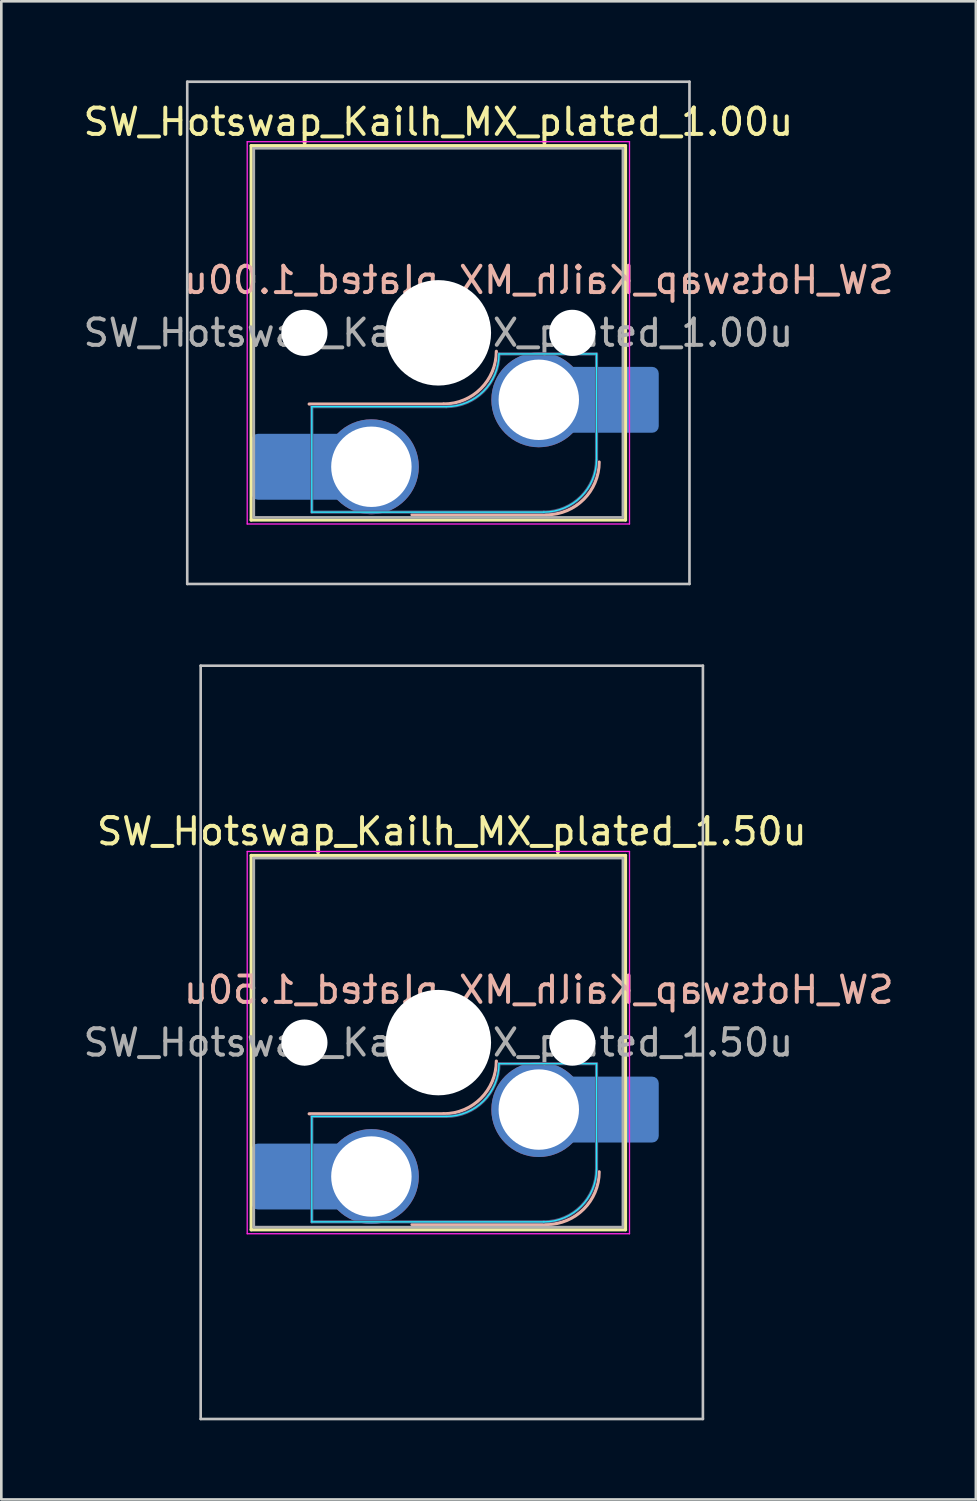
<source format=kicad_pcb>
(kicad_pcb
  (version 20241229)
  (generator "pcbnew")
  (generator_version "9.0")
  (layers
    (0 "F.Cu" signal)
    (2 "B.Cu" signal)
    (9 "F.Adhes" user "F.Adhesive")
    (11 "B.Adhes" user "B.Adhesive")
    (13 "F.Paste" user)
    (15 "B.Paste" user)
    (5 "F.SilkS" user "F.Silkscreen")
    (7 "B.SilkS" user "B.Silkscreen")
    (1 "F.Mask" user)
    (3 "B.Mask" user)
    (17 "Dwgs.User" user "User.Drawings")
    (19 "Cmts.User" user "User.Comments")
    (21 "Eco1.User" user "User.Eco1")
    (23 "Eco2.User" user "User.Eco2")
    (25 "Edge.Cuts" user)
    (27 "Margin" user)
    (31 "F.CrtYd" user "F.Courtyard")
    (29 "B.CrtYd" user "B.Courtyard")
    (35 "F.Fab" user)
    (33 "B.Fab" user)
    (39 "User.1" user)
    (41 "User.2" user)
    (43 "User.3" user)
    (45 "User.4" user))
  (footprint "SW_Hotswap_Kailh_MX_plated_1.00u"
    (layer "F.Cu")
    (at 13.577 9.575)
    (property "Reference" "SW_Hotswap_Kailh_MX_plated_1.00u" (at 0 -8 0) (unlocked yes) (layer "F.SilkS") (effects (font (size 1 1) (thickness 0.15))))
    (attr smd)
    (fp_line (start -7.1 -7.1) (end -7.1 7.1) (stroke (width 0.12) (type solid)) (layer "F.SilkS"))
    (fp_line (start -7.1 7.1) (end 7.1 7.1) (stroke (width 0.12) (type solid)) (layer "F.SilkS"))
    (fp_line (start 7.1 -7.1) (end -7.1 -7.1) (stroke (width 0.12) (type solid)) (layer "F.SilkS"))
    (fp_line (start 7.1 7.1) (end 7.1 -7.1) (stroke (width 0.12) (type solid)) (layer "F.SilkS"))
    (fp_line (start 0.2 2.7) (end -4.9 2.7) (stroke (width 0.12) (type solid)) (layer "B.SilkS"))
    (fp_line (start 4.1 6.9) (end -1 6.9) (stroke (width 0.12) (type solid)) (layer "B.SilkS"))
    (fp_arc (start 2.2 0.7) (mid 1.614214 2.114214) (end 0.2 2.7) (stroke (width 0.12) (type solid)) (layer "B.SilkS"))
    (fp_arc (start 6.1 4.9) (mid 5.514214 6.314214) (end 4.1 6.9) (stroke (width 0.12) (type solid)) (layer "B.SilkS"))
    (fp_line (start -9.525 -9.525) (end -9.525 9.525) (stroke (width 0.1) (type solid)) (layer "Dwgs.User"))
    (fp_line (start -9.525 9.525) (end 9.525 9.525) (stroke (width 0.1) (type solid)) (layer "Dwgs.User"))
    (fp_line (start 9.525 -9.525) (end -9.525 -9.525) (stroke (width 0.1) (type solid)) (layer "Dwgs.User"))
    (fp_line (start 9.525 9.525) (end 9.525 -9.525) (stroke (width 0.1) (type solid)) (layer "Dwgs.User"))
    (fp_line (start -7.8 -6) (end -7 -6) (stroke (width 0.1) (type solid)) (layer "Eco1.User"))
    (fp_line (start -7.8 -2.9) (end -7.8 -6) (stroke (width 0.1) (type solid)) (layer "Eco1.User"))
    (fp_line (start -7.8 2.9) (end -7 2.9) (stroke (width 0.1) (type solid)) (layer "Eco1.User"))
    (fp_line (start -7.8 6) (end -7.8 2.9) (stroke (width 0.1) (type solid)) (layer "Eco1.User"))
    (fp_line (start -7 -7) (end 7 -7) (stroke (width 0.1) (type solid)) (layer "Eco1.User"))
    (fp_line (start -7 -6) (end -7 -7) (stroke (width 0.1) (type solid)) (layer "Eco1.User"))
    (fp_line (start -7 -2.9) (end -7.8 -2.9) (stroke (width 0.1) (type solid)) (layer "Eco1.User"))
    (fp_line (start -7 2.9) (end -7 -2.9) (stroke (width 0.1) (type solid)) (layer "Eco1.User"))
    (fp_line (start -7 6) (end -7.8 6) (stroke (width 0.1) (type solid)) (layer "Eco1.User"))
    (fp_line (start -7 7) (end -7 6) (stroke (width 0.1) (type solid)) (layer "Eco1.User"))
    (fp_line (start 7 -7) (end 7 -6) (stroke (width 0.1) (type solid)) (layer "Eco1.User"))
    (fp_line (start 7 -6) (end 7.8 -6) (stroke (width 0.1) (type solid)) (layer "Eco1.User"))
    (fp_line (start 7 -2.9) (end 7 2.9) (stroke (width 0.1) (type solid)) (layer "Eco1.User"))
    (fp_line (start 7 2.9) (end 7.8 2.9) (stroke (width 0.1) (type solid)) (layer "Eco1.User"))
    (fp_line (start 7 6) (end 7 7) (stroke (width 0.1) (type solid)) (layer "Eco1.User"))
    (fp_line (start 7 7) (end -7 7) (stroke (width 0.1) (type solid)) (layer "Eco1.User"))
    (fp_line (start 7.8 -6) (end 7.8 -2.9) (stroke (width 0.1) (type solid)) (layer "Eco1.User"))
    (fp_line (start 7.8 -2.9) (end 7 -2.9) (stroke (width 0.1) (type solid)) (layer "Eco1.User"))
    (fp_line (start 7.8 2.9) (end 7.8 6) (stroke (width 0.1) (type solid)) (layer "Eco1.User"))
    (fp_line (start 7.8 6) (end 7 6) (stroke (width 0.1) (type solid)) (layer "Eco1.User"))
    (fp_line (start -4.8 6.8) (end -4.8 2.8) (stroke (width 0.05) (type solid)) (layer "B.CrtYd"))
    (fp_line (start 0.3 2.8) (end -4.8 2.8) (stroke (width 0.05) (type solid)) (layer "B.CrtYd"))
    (fp_line (start 4 6.8) (end -4.8 6.8) (stroke (width 0.05) (type solid)) (layer "B.CrtYd"))
    (fp_line (start 6 0.8) (end 2.3 0.8) (stroke (width 0.05) (type solid)) (layer "B.CrtYd"))
    (fp_line (start 6 0.8) (end 6 4.8) (stroke (width 0.05) (type solid)) (layer "B.CrtYd"))
    (fp_arc (start 2.3 0.8) (mid 1.714214 2.214214) (end 0.3 2.8) (stroke (width 0.05) (type solid)) (layer "B.CrtYd"))
    (fp_arc (start 6 4.8) (mid 5.414214 6.214214) (end 4 6.8) (stroke (width 0.05) (type solid)) (layer "B.CrtYd"))
    (fp_line (start -7.25 -7.25) (end -7.25 7.25) (stroke (width 0.05) (type solid)) (layer "F.CrtYd"))
    (fp_line (start -7.25 7.25) (end 7.25 7.25) (stroke (width 0.05) (type solid)) (layer "F.CrtYd"))
    (fp_line (start 7.25 -7.25) (end -7.25 -7.25) (stroke (width 0.05) (type solid)) (layer "F.CrtYd"))
    (fp_line (start 7.25 7.25) (end 7.25 -7.25) (stroke (width 0.05) (type solid)) (layer "F.CrtYd"))
    (fp_line (start -4.8 6.8) (end -4.8 2.8) (stroke (width 0.12) (type solid)) (layer "B.Fab"))
    (fp_line (start 0.3 2.8) (end -4.8 2.8) (stroke (width 0.12) (type solid)) (layer "B.Fab"))
    (fp_line (start 4 6.8) (end -4.8 6.8) (stroke (width 0.12) (type solid)) (layer "B.Fab"))
    (fp_line (start 6 0.8) (end 2.3 0.8) (stroke (width 0.12) (type solid)) (layer "B.Fab"))
    (fp_line (start 6 0.8) (end 6 4.8) (stroke (width 0.12) (type solid)) (layer "B.Fab"))
    (fp_arc (start 2.3 0.8) (mid 1.714214 2.214214) (end 0.3 2.8) (stroke (width 0.12) (type solid)) (layer "B.Fab"))
    (fp_arc (start 6 4.8) (mid 5.414214 6.214214) (end 4 6.8) (stroke (width 0.12) (type solid)) (layer "B.Fab"))
    (fp_line (start -7 -7) (end -7 7) (stroke (width 0.1) (type solid)) (layer "F.Fab"))
    (fp_line (start -7 7) (end 7 7) (stroke (width 0.1) (type solid)) (layer "F.Fab"))
    (fp_line (start 7 -7) (end -7 -7) (stroke (width 0.1) (type solid)) (layer "F.Fab"))
    (fp_line (start 7 7) (end 7 -7) (stroke (width 0.1) (type solid)) (layer "F.Fab"))
    (fp_text user "${REFERENCE}" (at 3.81 -2 0) (unlocked yes) (layer "B.SilkS") (effects (font (size 1 1) (thickness 0.15)) (justify mirror)))
    (fp_text user "${REFERENCE}" (at 0 0 0) (unlocked yes) (layer "F.Fab") (effects (font (size 1 1) (thickness 0.15))))
    (pad "" smd roundrect (at -5.842 5.08 180) (size 2.55 2.5) (layers "B.Mask" "B.Paste") (roundrect_rratio 0.1))
    (pad "" np_thru_hole circle (at -5.08 0 180) (size 1.75 1.75) (drill 1.75) (layers "*.Cu" "*.Mask"))
    (pad "" np_thru_hole circle (at 0 0 180) (size 4 4) (drill 4) (layers "*.Cu" "*.Mask"))
    (pad "" np_thru_hole circle (at 5.08 0 180) (size 1.75 1.75) (drill 1.75) (layers "*.Cu" "*.Mask"))
    (pad "" smd roundrect (at 7.085 2.54 180) (size 2.55 2.5) (layers "B.Mask" "B.Paste") (roundrect_rratio 0.1))
    (pad "1" thru_hole circle (at 3.81 2.54 180) (size 3.6 3.6) (drill 3.05) (layers "*.Cu" "B.Mask"))
    (pad "1" smd roundrect (at 6.585 2.54 180) (size 3.55 2.5) (layers "B.Cu") (roundrect_rratio 0.1))
    (pad "2" smd roundrect (at -5.32 5.08 180) (size 3.55 2.5) (layers "B.Cu") (roundrect_rratio 0.1))
    (pad "2" thru_hole circle (at -2.54 5.08 180) (size 3.6 3.6) (drill 3.05) (layers "*.Cu" "B.Mask")))
  (footprint "SW_Hotswap_Kailh_MX_plated_1.50u"
    (layer "F.Cu")
    (at 14.087 36.487)
    (property "Reference" "SW_Hotswap_Kailh_MX_plated_1.50u" (at 0 -8 0) (unlocked yes) (layer "F.SilkS") (effects (font (size 1 1) (thickness 0.15))))
    (attr smd)
    (fp_line (start -7.61 -7.09) (end -7.61 7.11) (stroke (width 0.12) (type solid)) (layer "F.SilkS"))
    (fp_line (start -7.61 7.11) (end 6.59 7.11) (stroke (width 0.12) (type solid)) (layer "F.SilkS"))
    (fp_line (start 6.59 -7.09) (end -7.61 -7.09) (stroke (width 0.12) (type solid)) (layer "F.SilkS"))
    (fp_line (start 6.59 7.11) (end 6.59 -7.09) (stroke (width 0.12) (type solid)) (layer "F.SilkS"))
    (fp_line (start -0.31 2.71) (end -5.41 2.71) (stroke (width 0.12) (type solid)) (layer "B.SilkS"))
    (fp_line (start 3.59 6.91) (end -1.51 6.91) (stroke (width 0.12) (type solid)) (layer "B.SilkS"))
    (fp_arc (start 1.69 0.71) (mid 1.104214 2.124214) (end -0.31 2.71) (stroke (width 0.12) (type solid)) (layer "B.SilkS"))
    (fp_arc (start 5.59 4.91) (mid 5.004214 6.324214) (end 3.59 6.91) (stroke (width 0.12) (type solid)) (layer "B.SilkS"))
    (fp_line (start -9.525 -14.287) (end -9.525 14.287) (stroke (width 0.1) (type solid)) (layer "Dwgs.User"))
    (fp_line (start -9.525 14.287) (end 9.525 14.287) (stroke (width 0.1) (type solid)) (layer "Dwgs.User"))
    (fp_line (start 9.525 -14.287) (end -9.525 -14.287) (stroke (width 0.1) (type solid)) (layer "Dwgs.User"))
    (fp_line (start 9.525 14.287) (end 9.525 -14.287) (stroke (width 0.1) (type solid)) (layer "Dwgs.User"))
    (fp_line (start -8.31 -5.99) (end -7.51 -5.99) (stroke (width 0.1) (type solid)) (layer "Eco1.User"))
    (fp_line (start -8.31 -2.89) (end -8.31 -5.99) (stroke (width 0.1) (type solid)) (layer "Eco1.User"))
    (fp_line (start -8.31 2.91) (end -7.51 2.91) (stroke (width 0.1) (type solid)) (layer "Eco1.User"))
    (fp_line (start -8.31 6.01) (end -8.31 2.91) (stroke (width 0.1) (type solid)) (layer "Eco1.User"))
    (fp_line (start -7.51 -6.99) (end 6.49 -6.99) (stroke (width 0.1) (type solid)) (layer "Eco1.User"))
    (fp_line (start -7.51 -5.99) (end -7.51 -6.99) (stroke (width 0.1) (type solid)) (layer "Eco1.User"))
    (fp_line (start -7.51 -2.89) (end -8.31 -2.89) (stroke (width 0.1) (type solid)) (layer "Eco1.User"))
    (fp_line (start -7.51 2.91) (end -7.51 -2.89) (stroke (width 0.1) (type solid)) (layer "Eco1.User"))
    (fp_line (start -7.51 6.01) (end -8.31 6.01) (stroke (width 0.1) (type solid)) (layer "Eco1.User"))
    (fp_line (start -7.51 7.01) (end -7.51 6.01) (stroke (width 0.1) (type solid)) (layer "Eco1.User"))
    (fp_line (start 6.49 -6.99) (end 6.49 -5.99) (stroke (width 0.1) (type solid)) (layer "Eco1.User"))
    (fp_line (start 6.49 -5.99) (end 7.29 -5.99) (stroke (width 0.1) (type solid)) (layer "Eco1.User"))
    (fp_line (start 6.49 -2.89) (end 6.49 2.91) (stroke (width 0.1) (type solid)) (layer "Eco1.User"))
    (fp_line (start 6.49 2.91) (end 7.29 2.91) (stroke (width 0.1) (type solid)) (layer "Eco1.User"))
    (fp_line (start 6.49 6.01) (end 6.49 7.01) (stroke (width 0.1) (type solid)) (layer "Eco1.User"))
    (fp_line (start 6.49 7.01) (end -7.51 7.01) (stroke (width 0.1) (type solid)) (layer "Eco1.User"))
    (fp_line (start 7.29 -5.99) (end 7.29 -2.89) (stroke (width 0.1) (type solid)) (layer "Eco1.User"))
    (fp_line (start 7.29 -2.89) (end 6.49 -2.89) (stroke (width 0.1) (type solid)) (layer "Eco1.User"))
    (fp_line (start 7.29 2.91) (end 7.29 6.01) (stroke (width 0.1) (type solid)) (layer "Eco1.User"))
    (fp_line (start 7.29 6.01) (end 6.49 6.01) (stroke (width 0.1) (type solid)) (layer "Eco1.User"))
    (fp_line (start -5.31 6.81) (end -5.31 2.81) (stroke (width 0.05) (type solid)) (layer "B.CrtYd"))
    (fp_line (start -0.21 2.81) (end -5.31 2.81) (stroke (width 0.05) (type solid)) (layer "B.CrtYd"))
    (fp_line (start 3.49 6.81) (end -5.31 6.81) (stroke (width 0.05) (type solid)) (layer "B.CrtYd"))
    (fp_line (start 5.49 0.81) (end 1.79 0.81) (stroke (width 0.05) (type solid)) (layer "B.CrtYd"))
    (fp_line (start 5.49 0.81) (end 5.49 4.81) (stroke (width 0.05) (type solid)) (layer "B.CrtYd"))
    (fp_arc (start 1.79 0.81) (mid 1.204214 2.224214) (end -0.21 2.81) (stroke (width 0.05) (type solid)) (layer "B.CrtYd"))
    (fp_arc (start 5.49 4.81) (mid 4.904214 6.224214) (end 3.49 6.81) (stroke (width 0.05) (type solid)) (layer "B.CrtYd"))
    (fp_line (start -7.76 -7.24) (end -7.76 7.26) (stroke (width 0.05) (type solid)) (layer "F.CrtYd"))
    (fp_line (start -7.76 7.26) (end 6.74 7.26) (stroke (width 0.05) (type solid)) (layer "F.CrtYd"))
    (fp_line (start 6.74 -7.24) (end -7.76 -7.24) (stroke (width 0.05) (type solid)) (layer "F.CrtYd"))
    (fp_line (start 6.74 7.26) (end 6.74 -7.24) (stroke (width 0.05) (type solid)) (layer "F.CrtYd"))
    (fp_line (start -5.31 6.81) (end -5.31 2.81) (stroke (width 0.12) (type solid)) (layer "B.Fab"))
    (fp_line (start -0.21 2.81) (end -5.31 2.81) (stroke (width 0.12) (type solid)) (layer "B.Fab"))
    (fp_line (start 3.49 6.81) (end -5.31 6.81) (stroke (width 0.12) (type solid)) (layer "B.Fab"))
    (fp_line (start 5.49 0.81) (end 1.79 0.81) (stroke (width 0.12) (type solid)) (layer "B.Fab"))
    (fp_line (start 5.49 0.81) (end 5.49 4.81) (stroke (width 0.12) (type solid)) (layer "B.Fab"))
    (fp_arc (start 1.79 0.81) (mid 1.204214 2.224214) (end -0.21 2.81) (stroke (width 0.12) (type solid)) (layer "B.Fab"))
    (fp_arc (start 5.49 4.81) (mid 4.904214 6.224214) (end 3.49 6.81) (stroke (width 0.12) (type solid)) (layer "B.Fab"))
    (fp_line (start -7.51 -6.99) (end -7.51 7.01) (stroke (width 0.1) (type solid)) (layer "F.Fab"))
    (fp_line (start -7.51 7.01) (end 6.49 7.01) (stroke (width 0.1) (type solid)) (layer "F.Fab"))
    (fp_line (start 6.49 -6.99) (end -7.51 -6.99) (stroke (width 0.1) (type solid)) (layer "F.Fab"))
    (fp_line (start 6.49 7.01) (end 6.49 -6.99) (stroke (width 0.1) (type solid)) (layer "F.Fab"))
    (fp_text user "${REFERENCE}" (at 3.3 -1.99 0) (unlocked yes) (layer "B.SilkS") (effects (font (size 1 1) (thickness 0.15)) (justify mirror)))
    (fp_text user "${REFERENCE}" (at -0.51 0.01 180) (layer "F.Fab") (effects (font (size 1 1) (thickness 0.15))))
    (pad "" smd roundrect (at -6.352 5.09 180) (size 2.55 2.5) (layers "B.Mask" "B.Paste") (roundrect_rratio 0.1))
    (pad "" np_thru_hole circle (at -5.59 0.01 180) (size 1.75 1.75) (drill 1.75) (layers "*.Cu" "*.Mask"))
    (pad "" np_thru_hole circle (at -0.51 0.01 180) (size 4 4) (drill 4) (layers "*.Cu" "*.Mask"))
    (pad "" np_thru_hole circle (at 4.57 0.01 180) (size 1.75 1.75) (drill 1.75) (layers "*.Cu" "*.Mask"))
    (pad "" smd roundrect (at 6.575 2.55 180) (size 2.55 2.5) (layers "B.Mask" "B.Paste") (roundrect_rratio 0.1))
    (pad "1" thru_hole circle (at 3.3 2.55 180) (size 3.6 3.6) (drill 3.05) (layers "*.Cu" "B.Mask"))
    (pad "1" smd roundrect (at 6.075 2.55 180) (size 3.55 2.5) (layers "B.Cu") (roundrect_rratio 0.1))
    (pad "2" smd roundrect (at -5.83 5.09 180) (size 3.55 2.5) (layers "B.Cu") (roundrect_rratio 0.1))
    (pad "2" thru_hole circle (at -3.05 5.09 180) (size 3.6 3.6) (drill 3.05) (layers "*.Cu" "B.Mask")))
  (gr_rect
    (start -3 -3)
    (end 33.965 53.825)
    (stroke (width 0.1) (type default))
    (fill no)
    (layer "Edge.Cuts")))
</source>
